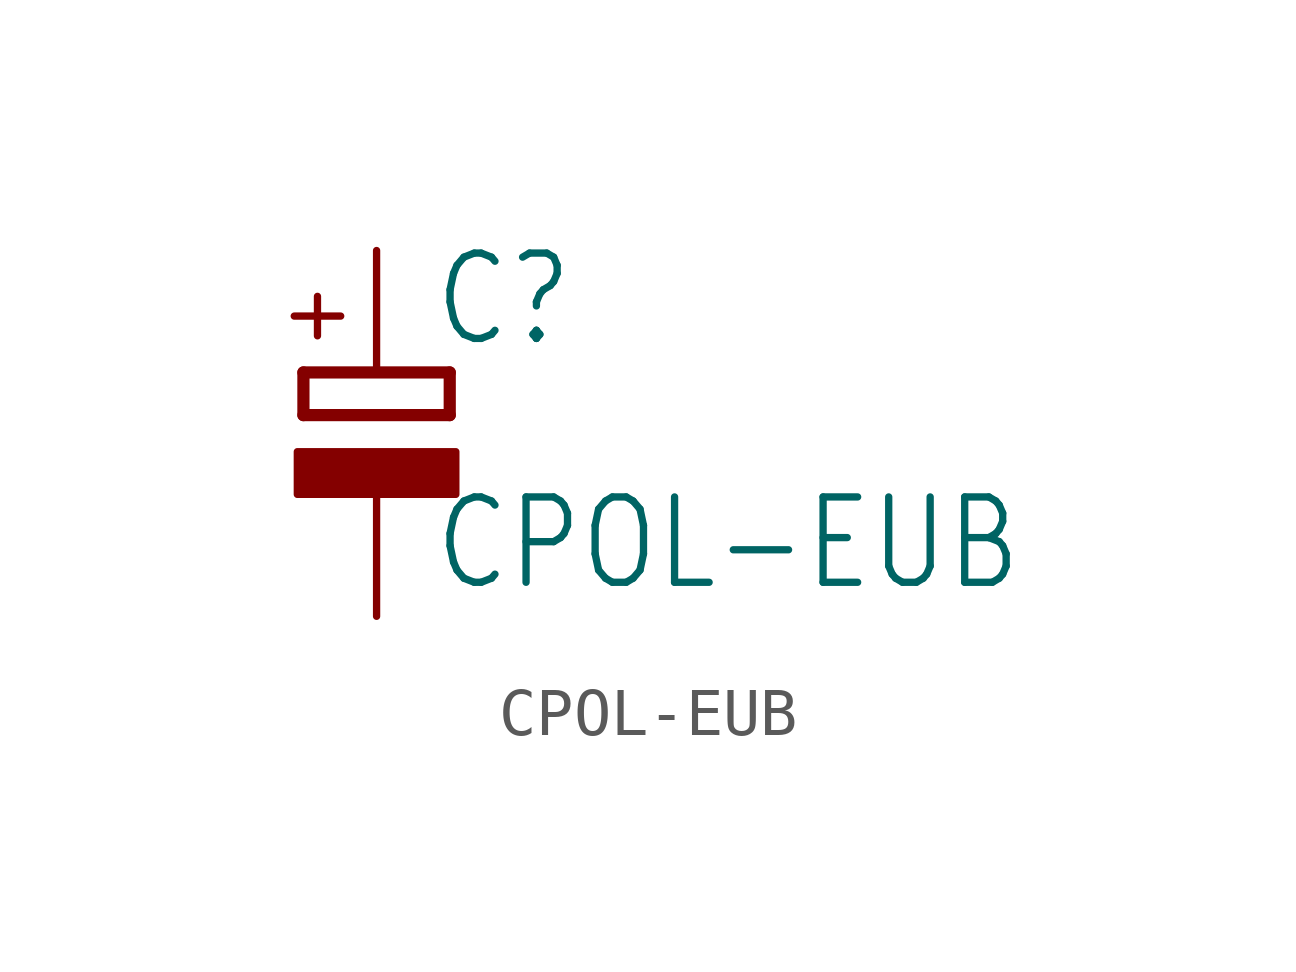
<source format=kicad_sym>
(kicad_symbol_lib
  (version 20220914)
  (generator kicad_symbol_editor)
  (symbol "CPOL-EUB"
    (property "Reference" "C"
      (at 1.143 0.483 0)
      (effects (font (size 1.778 1.511)) (justify left bottom)))
    (property "Value" "CPOL-EUB"
      (at 1.143 -4.597 0)
      (effects (font (size 1.778 1.511)) (justify left bottom)))
    (property "ki_locked" ""
      (at 0 0 0)
      (effects (font (size 1.27 1.27))))
    (symbol "CPOL-EUB_1_0"
      (rectangle (start -1.651 -2.54) (end 1.651 -1.651) (stroke (width 0) (type default)) (fill (type outline)))
      (polyline (pts (xy -1.524 -0.889) (xy 1.524 -0.889)) (stroke (width 0.254) (type default)) (fill (type none)))
      (polyline (pts (xy -1.524 0) (xy -1.524 -0.889)) (stroke (width 0.254) (type default)) (fill (type none)))
      (polyline (pts (xy -1.524 0) (xy 1.524 0)) (stroke (width 0.254) (type default)) (fill (type none)))
      (polyline (pts (xy 1.524 -0.889) (xy 1.524 0)) (stroke (width 0.254) (type default)) (fill (type none)))
      (text "+" (at -0.584 0.406 900) (effects (font (size 1.27 1.079)) (justify left bottom)))
      (pin passive line (at 0 2.54 270) (length 2.54) (name "+" (effects (font (size 0 0)))) (number "+" (effects (font (size 0 0)))))
      (pin passive line (at 0 -5.08 90) (length 2.54) (name "-" (effects (font (size 0 0)))) (number "-" (effects (font (size 0 0))))))))
</source>
